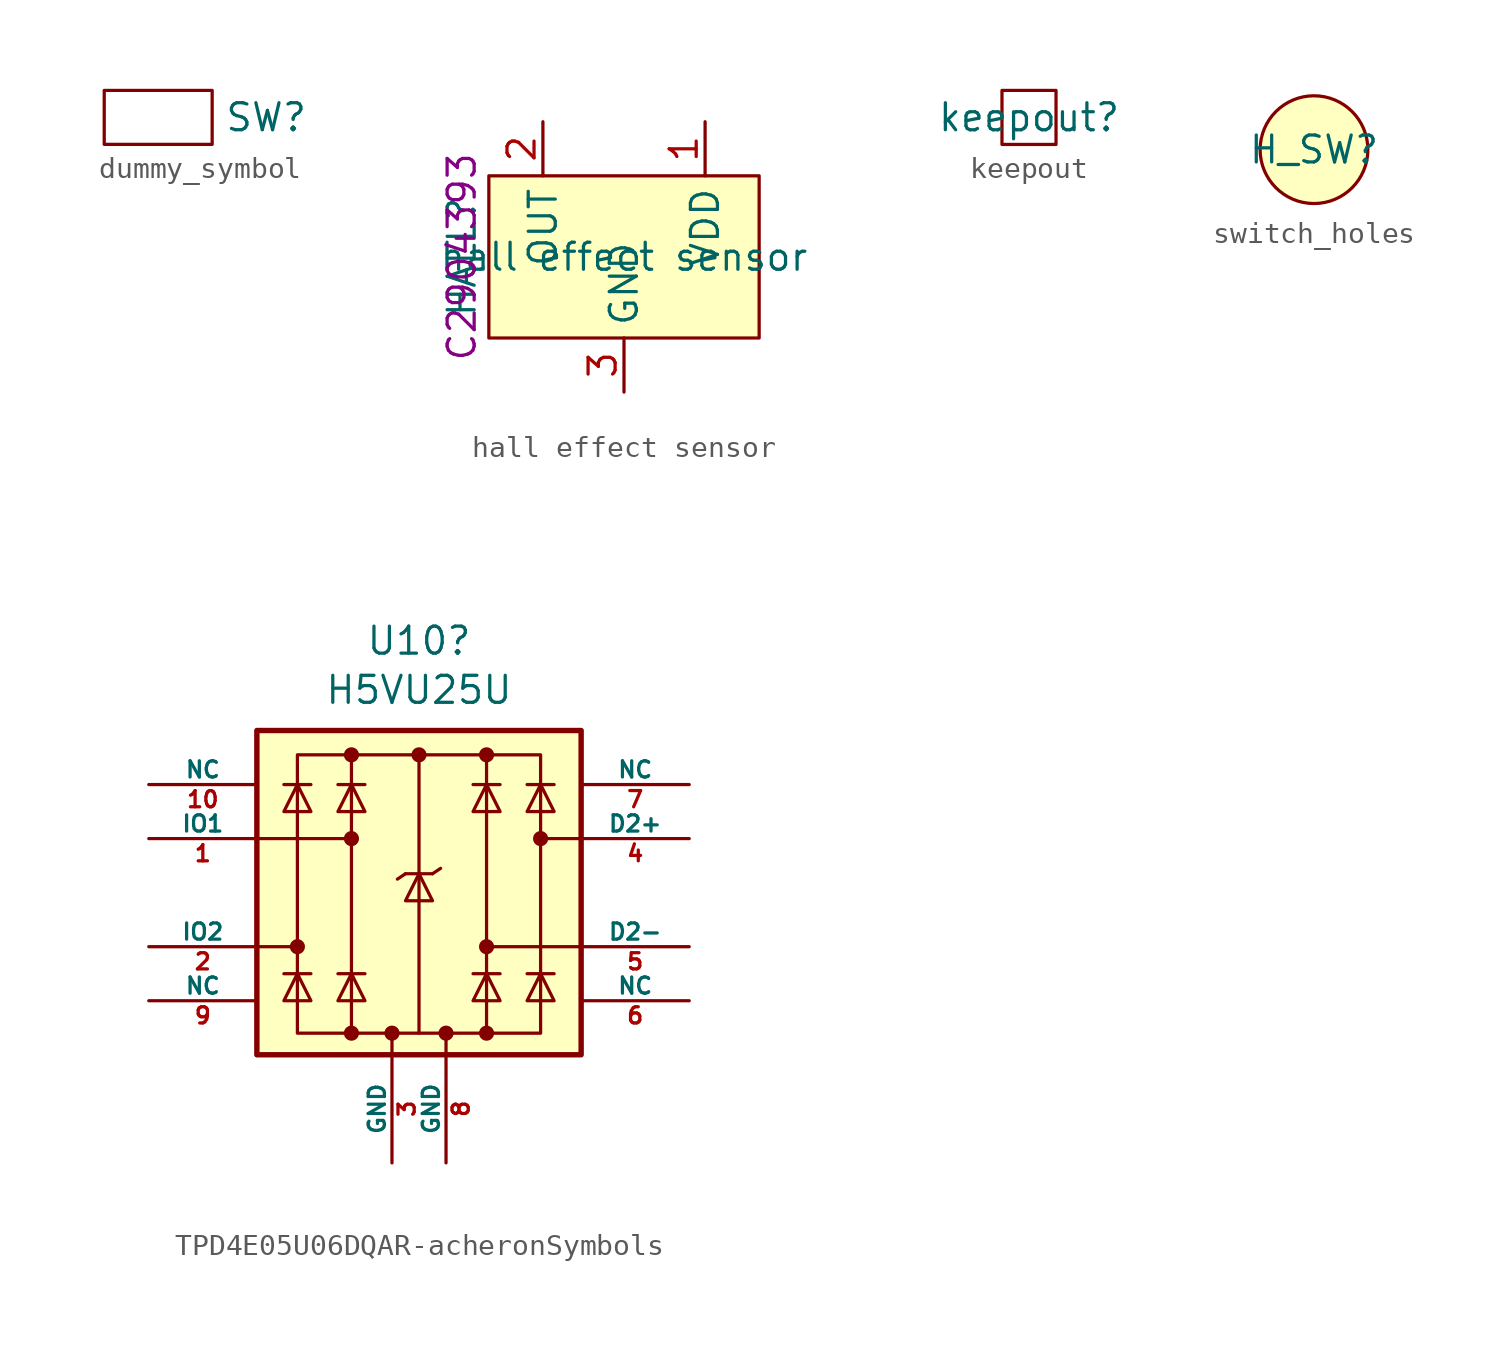
<source format=kicad_sym>
(kicad_symbol_lib
  (version 20220914)
  (generator kicad_symbol_editor)
  (symbol "dummy_symbol"
    (property "Reference" "SW"
      (at 7.62 0 0)
      (effects (font (size 1.27 1.27))))
    (property "Value" ""
      (at 2.54 0 0)
      (effects (font (size 1.27 1.27))))
    (symbol "dummy_symbol_0_1"
      (rectangle (start 0 1.27) (end 5.08 -1.27) (stroke (width 0) (type default)) (fill (type none)))))
  (symbol "hall effect sensor"
    (property "Reference" "HALL"
      (at -7.62 0 90)
      (effects (font (size 1.27 1.27))))
    (property "Value" "hall effect sensor"
      (at 0 0 0)
      (effects (font (size 1.27 1.27))))
    (property "LCSC" "C2904393"
      (at -7.62 0 90)
      (effects (font (size 1.27 1.27))))
    (symbol "hall effect sensor_1_1"
      (rectangle (start -6.35 3.81) (end 6.35 -3.81) (stroke (width 0) (type default)) (fill (type background)))
      (pin input line (at 3.81 6.35 270) (length 2.54) (name "VDD" (effects (font (size 1.27 1.27)))) (number "1" (effects (font (size 1.27 1.27)))))
      (pin output line (at -3.81 6.35 270) (length 2.54) (name "OUT" (effects (font (size 1.27 1.27)))) (number "2" (effects (font (size 1.27 1.27)))))
      (pin output line (at 0 -6.35 90) (length 2.54) (name "GND" (effects (font (size 1.27 1.27)))) (number "3" (effects (font (size 1.27 1.27)))))))
  (symbol "keepout"
    (property "Reference" "keepout"
      (at 0 0 0)
      (effects (font (size 1.27 1.27))))
    (property "Value" ""
      (at 0 0 0)
      (effects (font (size 1.27 1.27))))
    (symbol "keepout_1_1"
      (rectangle (start -1.27 1.27) (end 1.27 -1.27) (stroke (width 0) (type default)) (fill (type none)))))
  (symbol "switch_holes"
    (property "Reference" "H_SW"
      (at 0 0 0)
      (effects (font (size 1.27 1.27))))
    (property "Value" ""
      (at 0 0 0)
      (effects (font (size 1.27 1.27))))
    (symbol "switch_holes_1_1"
      (circle (center 0 0) (radius 2.54) (stroke (width 0) (type default)) (fill (type background)))))
  (symbol "TPD4E05U06DQAR-acheronSymbols"
    (pin_names
      (offset 0))
    (property "Reference" "U10"
      (at 0 11.836 0)
      (effects (font (size 1.27 1.27))))
    (property "Value" "H5VU25U"
      (at 0 9.525 0)
      (effects (font (size 1.27 1.27))))
    (symbol "TPD4E05U06DQAR-acheronSymbols_0_0"
      (rectangle (start -5.715 6.477) (end 5.715 -6.604) (stroke (width 0) (type default)) (fill (type none)))
      (polyline (pts (xy -3.175 -6.604) (xy -3.175 6.477)) (stroke (width 0) (type default)) (fill (type none)))
      (polyline (pts (xy 0 6.477) (xy 0 -6.604)) (stroke (width 0) (type default)) (fill (type none)))
      (polyline (pts (xy 3.175 6.477) (xy 3.175 -6.604)) (stroke (width 0) (type default)) (fill (type none))))
    (symbol "TPD4E05U06DQAR-acheronSymbols_0_1"
      (rectangle (start -7.62 7.62) (end 7.62 -7.62) (stroke (width 0.254) (type default)) (fill (type background)))
      (circle (center -5.715 -2.54) (radius 0.279) (stroke (width 0) (type default)) (fill (type outline)))
      (circle (center -3.175 -6.604) (radius 0.279) (stroke (width 0) (type default)) (fill (type outline)))
      (circle (center -3.175 2.54) (radius 0.279) (stroke (width 0) (type default)) (fill (type outline)))
      (circle (center -3.175 6.477) (radius 0.279) (stroke (width 0) (type default)) (fill (type outline)))
      (circle (center -1.27 -6.604) (radius 0.279) (stroke (width 0) (type default)) (fill (type outline)))
      (polyline (pts (xy -7.747 2.54) (xy -3.175 2.54)) (stroke (width 0) (type default)) (fill (type none)))
      (polyline (pts (xy -7.62 -2.54) (xy -5.715 -2.54)) (stroke (width 0) (type default)) (fill (type none)))
      (polyline (pts (xy -5.08 -3.81) (xy -6.35 -3.81)) (stroke (width 0) (type default)) (fill (type none)))
      (polyline (pts (xy -5.08 5.08) (xy -6.35 5.08)) (stroke (width 0) (type default)) (fill (type none)))
      (polyline (pts (xy -2.54 -3.81) (xy -3.81 -3.81)) (stroke (width 0) (type default)) (fill (type none)))
      (polyline (pts (xy -2.54 5.08) (xy -3.81 5.08)) (stroke (width 0) (type default)) (fill (type none)))
      (polyline (pts (xy -1.27 -6.604) (xy -1.27 -7.62)) (stroke (width 0) (type default)) (fill (type none)))
      (polyline (pts (xy -0.635 0.889) (xy -1.016 0.635)) (stroke (width 0) (type default)) (fill (type none)))
      (polyline (pts (xy 0.635 0.889) (xy -0.635 0.889)) (stroke (width 0) (type default)) (fill (type none)))
      (polyline (pts (xy 0.635 0.889) (xy 1.016 1.143)) (stroke (width 0) (type default)) (fill (type none)))
      (polyline (pts (xy 3.81 -3.81) (xy 2.54 -3.81)) (stroke (width 0) (type default)) (fill (type none)))
      (polyline (pts (xy 3.81 5.08) (xy 2.54 5.08)) (stroke (width 0) (type default)) (fill (type none)))
      (polyline (pts (xy 6.35 -3.81) (xy 5.08 -3.81)) (stroke (width 0) (type default)) (fill (type none)))
      (polyline (pts (xy 6.35 5.08) (xy 5.08 5.08)) (stroke (width 0) (type default)) (fill (type none)))
      (polyline (pts (xy 7.62 -2.54) (xy 3.175 -2.54)) (stroke (width 0) (type default)) (fill (type none)))
      (polyline (pts (xy 7.62 2.54) (xy 5.715 2.54)) (stroke (width 0) (type default)) (fill (type none)))
      (polyline (pts (xy -5.08 -5.08) (xy -6.35 -5.08) (xy -5.715 -3.81) (xy -5.08 -5.08)) (stroke (width 0) (type default)) (fill (type none)))
      (polyline (pts (xy -5.08 3.81) (xy -6.35 3.81) (xy -5.715 5.08) (xy -5.08 3.81)) (stroke (width 0) (type default)) (fill (type none)))
      (polyline (pts (xy -2.54 -5.08) (xy -3.81 -5.08) (xy -3.175 -3.81) (xy -2.54 -5.08)) (stroke (width 0) (type default)) (fill (type none)))
      (polyline (pts (xy -2.54 3.81) (xy -3.81 3.81) (xy -3.175 5.08) (xy -2.54 3.81)) (stroke (width 0) (type default)) (fill (type none)))
      (polyline (pts (xy 0.635 -0.381) (xy -0.635 -0.381) (xy 0 0.889) (xy 0.635 -0.381)) (stroke (width 0) (type default)) (fill (type none)))
      (polyline (pts (xy 3.81 -5.08) (xy 2.54 -5.08) (xy 3.175 -3.81) (xy 3.81 -5.08)) (stroke (width 0) (type default)) (fill (type none)))
      (polyline (pts (xy 3.81 3.81) (xy 2.54 3.81) (xy 3.175 5.08) (xy 3.81 3.81)) (stroke (width 0) (type default)) (fill (type none)))
      (polyline (pts (xy 6.35 -5.08) (xy 5.08 -5.08) (xy 5.715 -3.81) (xy 6.35 -5.08)) (stroke (width 0) (type default)) (fill (type none)))
      (polyline (pts (xy 6.35 3.81) (xy 5.08 3.81) (xy 5.715 5.08) (xy 6.35 3.81)) (stroke (width 0) (type default)) (fill (type none)))
      (circle (center 0 6.477) (radius 0.279) (stroke (width 0) (type default)) (fill (type outline)))
      (circle (center 3.175 -6.604) (radius 0.279) (stroke (width 0) (type default)) (fill (type outline)))
      (circle (center 3.175 -2.54) (radius 0.279) (stroke (width 0) (type default)) (fill (type outline)))
      (circle (center 3.175 6.477) (radius 0.279) (stroke (width 0) (type default)) (fill (type outline)))
      (circle (center 5.715 2.54) (radius 0.279) (stroke (width 0) (type default)) (fill (type outline))))
    (symbol "TPD4E05U06DQAR-acheronSymbols_1_1"
      (polyline (pts (xy 1.27 -6.604) (xy 1.27 -7.62)) (stroke (width 0) (type default)) (fill (type none)))
      (circle (center 1.27 -6.604) (radius 0.279) (stroke (width 0) (type default)) (fill (type outline)))
      (pin bidirectional line (at -12.7 2.54 0) (length 5.08) (name "IO1" (effects (font (size 0.762 0.762)))) (number "1" (effects (font (size 0.762 0.762)))))
      (pin bidirectional line (at -12.7 5.08 0) (length 5.08) (name "NC" (effects (font (size 0.762 0.762)))) (number "10" (effects (font (size 0.762 0.762)))))
      (pin bidirectional line (at -12.7 -2.54 0) (length 5.08) (name "IO2" (effects (font (size 0.762 0.762)))) (number "2" (effects (font (size 0.762 0.762)))))
      (pin power_in line (at -1.27 -12.7 90) (length 5.08) (name "GND" (effects (font (size 0.762 0.762)))) (number "3" (effects (font (size 0.762 0.762)))))
      (pin bidirectional line (at 12.7 2.54 180) (length 5.08) (name "D2+" (effects (font (size 0.762 0.762)))) (number "4" (effects (font (size 0.762 0.762)))))
      (pin bidirectional line (at 12.7 -2.54 180) (length 5.08) (name "D2-" (effects (font (size 0.762 0.762)))) (number "5" (effects (font (size 0.762 0.762)))))
      (pin bidirectional line (at 12.7 -5.08 180) (length 5.08) (name "NC" (effects (font (size 0.762 0.762)))) (number "6" (effects (font (size 0.762 0.762)))))
      (pin bidirectional line (at 12.7 5.08 180) (length 5.08) (name "NC" (effects (font (size 0.762 0.762)))) (number "7" (effects (font (size 0.762 0.762)))))
      (pin power_in line (at 1.27 -12.7 90) (length 5.08) (name "GND" (effects (font (size 0.762 0.762)))) (number "8" (effects (font (size 0.762 0.762)))))
      (pin bidirectional line (at -12.7 -5.08 0) (length 5.08) (name "NC" (effects (font (size 0.762 0.762)))) (number "9" (effects (font (size 0.762 0.762))))))))
</source>
